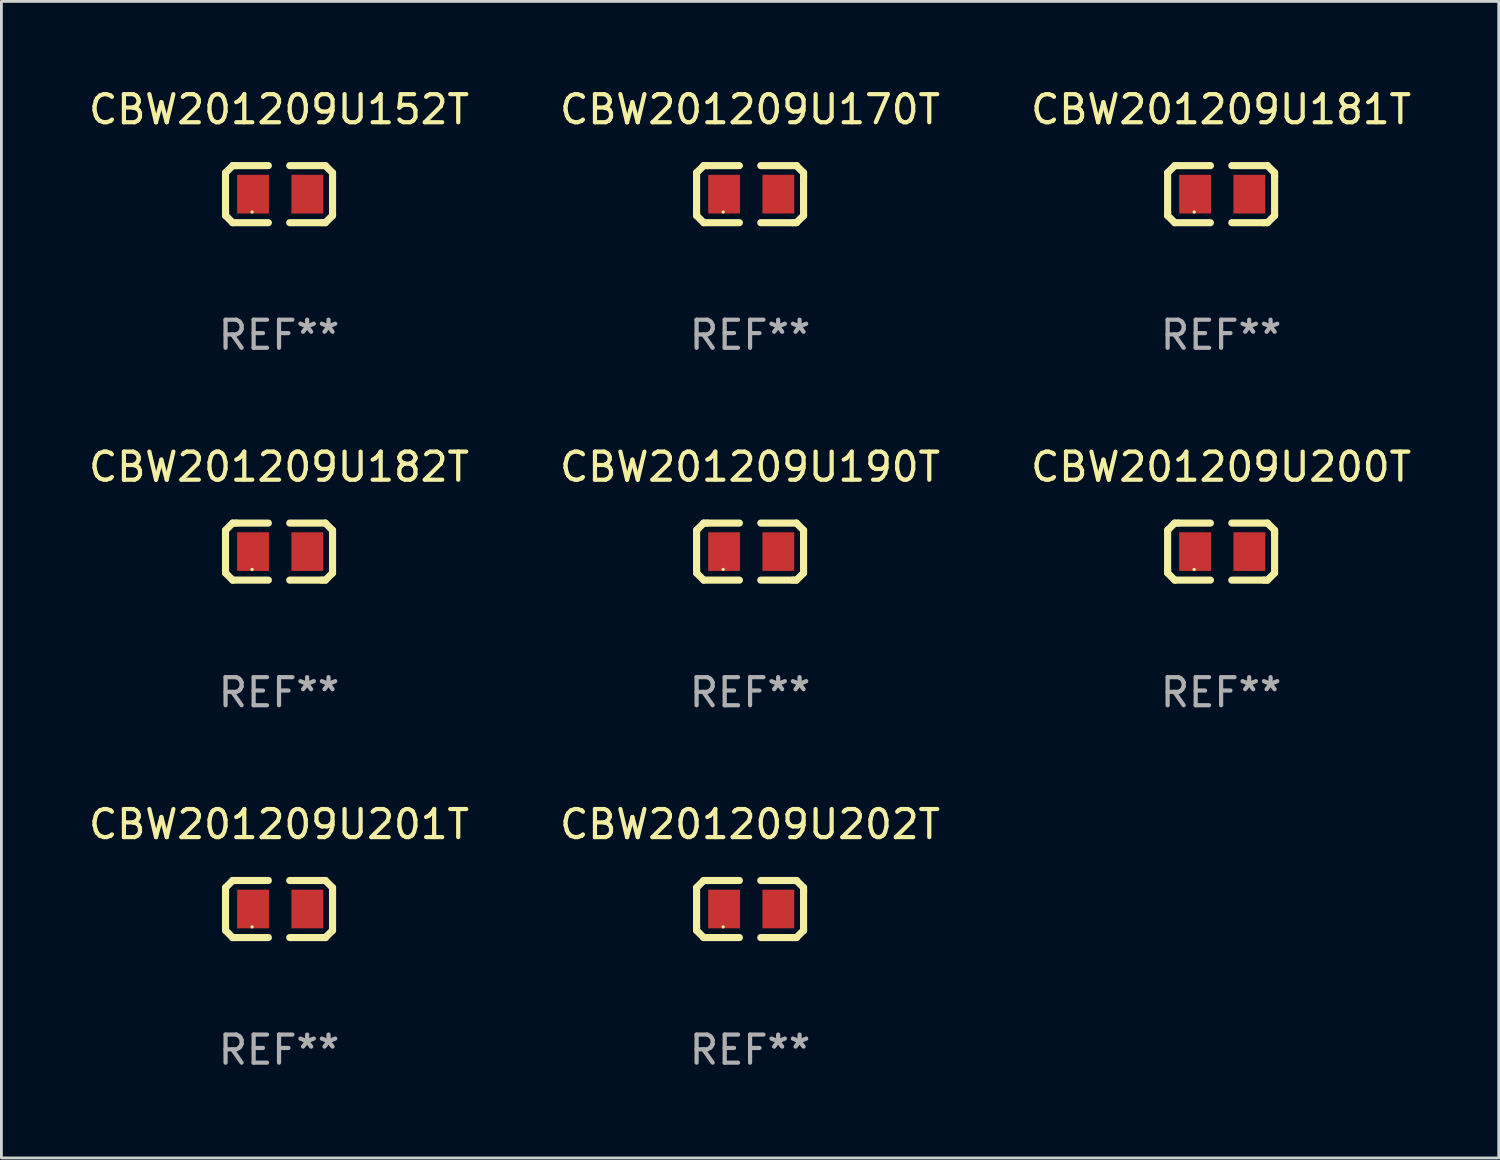
<source format=kicad_pcb>
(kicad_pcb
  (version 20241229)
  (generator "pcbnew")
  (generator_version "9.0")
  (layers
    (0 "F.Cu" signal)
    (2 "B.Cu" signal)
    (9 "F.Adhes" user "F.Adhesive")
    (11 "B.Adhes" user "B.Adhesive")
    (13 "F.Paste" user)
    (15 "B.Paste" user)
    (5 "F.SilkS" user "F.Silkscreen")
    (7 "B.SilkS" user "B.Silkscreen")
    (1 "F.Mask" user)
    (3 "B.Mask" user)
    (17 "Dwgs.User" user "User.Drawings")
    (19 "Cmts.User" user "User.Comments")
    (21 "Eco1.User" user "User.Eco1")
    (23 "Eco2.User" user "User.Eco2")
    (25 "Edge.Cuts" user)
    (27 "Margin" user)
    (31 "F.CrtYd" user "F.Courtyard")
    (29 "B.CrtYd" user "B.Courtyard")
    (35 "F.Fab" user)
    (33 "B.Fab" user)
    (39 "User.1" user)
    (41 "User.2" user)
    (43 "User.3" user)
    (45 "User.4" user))
  (footprint "CBW201209U181T"
    (layer "F.Cu")
    (at 40.435 3.864)
    (property "Reference" "CBW201209U181T" (at 0 -3.016 0) (layer "F.SilkS") (effects (font (size 1 1) (thickness 0.15))))
    (attr through_hole)
    (fp_line (start -1.905 -0.762) (end -1.905 0.635) (stroke (width 0.254) (type solid)) (layer "F.SilkS"))
    (fp_line (start -1.905 0.635) (end -1.905 0.762) (stroke (width 0.254) (type solid)) (layer "F.SilkS"))
    (fp_line (start -1.905 0.762) (end -1.651 1.016) (stroke (width 0.254) (type solid)) (layer "F.SilkS"))
    (fp_line (start -1.651 -1.016) (end -1.905 -0.762) (stroke (width 0.254) (type solid)) (layer "F.SilkS"))
    (fp_line (start -1.651 1.016) (end -0.381 1.016) (stroke (width 0.254) (type solid)) (layer "F.SilkS"))
    (fp_line (start -1.524 -1.016) (end -1.651 -1.016) (stroke (width 0.254) (type solid)) (layer "F.SilkS"))
    (fp_line (start -0.381 -1.016) (end -1.524 -1.016) (stroke (width 0.254) (type solid)) (layer "F.SilkS"))
    (fp_line (start 0.381 1.016) (end 1.524 1.016) (stroke (width 0.254) (type solid)) (layer "F.SilkS"))
    (fp_line (start 1.524 1.016) (end 1.651 1.016) (stroke (width 0.254) (type solid)) (layer "F.SilkS"))
    (fp_line (start 1.651 -1.016) (end 0.381 -1.016) (stroke (width 0.254) (type solid)) (layer "F.SilkS"))
    (fp_line (start 1.651 1.016) (end 1.905 0.762) (stroke (width 0.254) (type solid)) (layer "F.SilkS"))
    (fp_line (start 1.905 -0.762) (end 1.651 -1.016) (stroke (width 0.254) (type solid)) (layer "F.SilkS"))
    (fp_line (start 1.905 -0.635) (end 1.905 -0.762) (stroke (width 0.254) (type solid)) (layer "F.SilkS"))
    (fp_line (start 1.905 0.762) (end 1.905 -0.635) (stroke (width 0.254) (type solid)) (layer "F.SilkS"))
    (fp_circle (center -0.96 0.637) (end -0.93 0.637) (stroke (width 0.06) (type solid)) (fill no) (layer "F.SilkS"))
    (fp_text user "REF**" (at 0 5.016 0) (layer "F.Fab") (effects (font (size 1 1) (thickness 0.15))))
    (pad "1" smd rect (at -0.926 -0.000051) (size 1.133 1.377) (layers "F.Cu" "F.Mask" "F.Paste"))
    (pad "2" smd rect (at 1.006 -0.000051) (size 1.133 1.377) (layers "F.Cu" "F.Mask" "F.Paste")))
  (footprint "CBW201209U202T"
    (layer "F.Cu")
    (at 23.661 29.321)
    (property "Reference" "CBW201209U202T" (at 0 -3.016 0) (layer "F.SilkS") (effects (font (size 1 1) (thickness 0.15))))
    (attr through_hole)
    (fp_line (start -1.905 -0.762) (end -1.905 0.635) (stroke (width 0.254) (type solid)) (layer "F.SilkS"))
    (fp_line (start -1.905 0.635) (end -1.905 0.762) (stroke (width 0.254) (type solid)) (layer "F.SilkS"))
    (fp_line (start -1.905 0.762) (end -1.651 1.016) (stroke (width 0.254) (type solid)) (layer "F.SilkS"))
    (fp_line (start -1.651 -1.016) (end -1.905 -0.762) (stroke (width 0.254) (type solid)) (layer "F.SilkS"))
    (fp_line (start -1.651 1.016) (end -0.381 1.016) (stroke (width 0.254) (type solid)) (layer "F.SilkS"))
    (fp_line (start -1.524 -1.016) (end -1.651 -1.016) (stroke (width 0.254) (type solid)) (layer "F.SilkS"))
    (fp_line (start -0.381 -1.016) (end -1.524 -1.016) (stroke (width 0.254) (type solid)) (layer "F.SilkS"))
    (fp_line (start 0.381 1.016) (end 1.524 1.016) (stroke (width 0.254) (type solid)) (layer "F.SilkS"))
    (fp_line (start 1.524 1.016) (end 1.651 1.016) (stroke (width 0.254) (type solid)) (layer "F.SilkS"))
    (fp_line (start 1.651 -1.016) (end 0.381 -1.016) (stroke (width 0.254) (type solid)) (layer "F.SilkS"))
    (fp_line (start 1.651 1.016) (end 1.905 0.762) (stroke (width 0.254) (type solid)) (layer "F.SilkS"))
    (fp_line (start 1.905 -0.762) (end 1.651 -1.016) (stroke (width 0.254) (type solid)) (layer "F.SilkS"))
    (fp_line (start 1.905 -0.635) (end 1.905 -0.762) (stroke (width 0.254) (type solid)) (layer "F.SilkS"))
    (fp_line (start 1.905 0.762) (end 1.905 -0.635) (stroke (width 0.254) (type solid)) (layer "F.SilkS"))
    (fp_circle (center -0.96 0.637) (end -0.93 0.637) (stroke (width 0.06) (type solid)) (fill no) (layer "F.SilkS"))
    (fp_text user "REF**" (at 0 5.016 0) (layer "F.Fab") (effects (font (size 1 1) (thickness 0.15))))
    (pad "1" smd rect (at -0.926 -0.000051) (size 1.133 1.377) (layers "F.Cu" "F.Mask" "F.Paste"))
    (pad "2" smd rect (at 1.006 -0.000051) (size 1.133 1.377) (layers "F.Cu" "F.Mask" "F.Paste")))
  (footprint "CBW201209U201T"
    (layer "F.Cu")
    (at 6.887 29.321)
    (property "Reference" "CBW201209U201T" (at 0 -3.016 0) (layer "F.SilkS") (effects (font (size 1 1) (thickness 0.15))))
    (attr through_hole)
    (fp_line (start -1.905 -0.762) (end -1.905 0.635) (stroke (width 0.254) (type solid)) (layer "F.SilkS"))
    (fp_line (start -1.905 0.635) (end -1.905 0.762) (stroke (width 0.254) (type solid)) (layer "F.SilkS"))
    (fp_line (start -1.905 0.762) (end -1.651 1.016) (stroke (width 0.254) (type solid)) (layer "F.SilkS"))
    (fp_line (start -1.651 -1.016) (end -1.905 -0.762) (stroke (width 0.254) (type solid)) (layer "F.SilkS"))
    (fp_line (start -1.651 1.016) (end -0.381 1.016) (stroke (width 0.254) (type solid)) (layer "F.SilkS"))
    (fp_line (start -1.524 -1.016) (end -1.651 -1.016) (stroke (width 0.254) (type solid)) (layer "F.SilkS"))
    (fp_line (start -0.381 -1.016) (end -1.524 -1.016) (stroke (width 0.254) (type solid)) (layer "F.SilkS"))
    (fp_line (start 0.381 1.016) (end 1.524 1.016) (stroke (width 0.254) (type solid)) (layer "F.SilkS"))
    (fp_line (start 1.524 1.016) (end 1.651 1.016) (stroke (width 0.254) (type solid)) (layer "F.SilkS"))
    (fp_line (start 1.651 -1.016) (end 0.381 -1.016) (stroke (width 0.254) (type solid)) (layer "F.SilkS"))
    (fp_line (start 1.651 1.016) (end 1.905 0.762) (stroke (width 0.254) (type solid)) (layer "F.SilkS"))
    (fp_line (start 1.905 -0.762) (end 1.651 -1.016) (stroke (width 0.254) (type solid)) (layer "F.SilkS"))
    (fp_line (start 1.905 -0.635) (end 1.905 -0.762) (stroke (width 0.254) (type solid)) (layer "F.SilkS"))
    (fp_line (start 1.905 0.762) (end 1.905 -0.635) (stroke (width 0.254) (type solid)) (layer "F.SilkS"))
    (fp_circle (center -0.96 0.637) (end -0.93 0.637) (stroke (width 0.06) (type solid)) (fill no) (layer "F.SilkS"))
    (fp_text user "REF**" (at 0 5.016 0) (layer "F.Fab") (effects (font (size 1 1) (thickness 0.15))))
    (pad "1" smd rect (at -0.926 -0.000051) (size 1.133 1.377) (layers "F.Cu" "F.Mask" "F.Paste"))
    (pad "2" smd rect (at 1.006 -0.000051) (size 1.133 1.377) (layers "F.Cu" "F.Mask" "F.Paste")))
  (footprint "CBW201209U182T"
    (layer "F.Cu")
    (at 6.887 16.593)
    (property "Reference" "CBW201209U182T" (at 0 -3.016 0) (layer "F.SilkS") (effects (font (size 1 1) (thickness 0.15))))
    (attr through_hole)
    (fp_line (start -1.905 -0.762) (end -1.905 0.635) (stroke (width 0.254) (type solid)) (layer "F.SilkS"))
    (fp_line (start -1.905 0.635) (end -1.905 0.762) (stroke (width 0.254) (type solid)) (layer "F.SilkS"))
    (fp_line (start -1.905 0.762) (end -1.651 1.016) (stroke (width 0.254) (type solid)) (layer "F.SilkS"))
    (fp_line (start -1.651 -1.016) (end -1.905 -0.762) (stroke (width 0.254) (type solid)) (layer "F.SilkS"))
    (fp_line (start -1.651 1.016) (end -0.381 1.016) (stroke (width 0.254) (type solid)) (layer "F.SilkS"))
    (fp_line (start -1.524 -1.016) (end -1.651 -1.016) (stroke (width 0.254) (type solid)) (layer "F.SilkS"))
    (fp_line (start -0.381 -1.016) (end -1.524 -1.016) (stroke (width 0.254) (type solid)) (layer "F.SilkS"))
    (fp_line (start 0.381 1.016) (end 1.524 1.016) (stroke (width 0.254) (type solid)) (layer "F.SilkS"))
    (fp_line (start 1.524 1.016) (end 1.651 1.016) (stroke (width 0.254) (type solid)) (layer "F.SilkS"))
    (fp_line (start 1.651 -1.016) (end 0.381 -1.016) (stroke (width 0.254) (type solid)) (layer "F.SilkS"))
    (fp_line (start 1.651 1.016) (end 1.905 0.762) (stroke (width 0.254) (type solid)) (layer "F.SilkS"))
    (fp_line (start 1.905 -0.762) (end 1.651 -1.016) (stroke (width 0.254) (type solid)) (layer "F.SilkS"))
    (fp_line (start 1.905 -0.635) (end 1.905 -0.762) (stroke (width 0.254) (type solid)) (layer "F.SilkS"))
    (fp_line (start 1.905 0.762) (end 1.905 -0.635) (stroke (width 0.254) (type solid)) (layer "F.SilkS"))
    (fp_circle (center -0.96 0.637) (end -0.93 0.637) (stroke (width 0.06) (type solid)) (fill no) (layer "F.SilkS"))
    (fp_text user "REF**" (at 0 5.016 0) (layer "F.Fab") (effects (font (size 1 1) (thickness 0.15))))
    (pad "1" smd rect (at -0.926 -0.000051) (size 1.133 1.377) (layers "F.Cu" "F.Mask" "F.Paste"))
    (pad "2" smd rect (at 1.006 -0.000051) (size 1.133 1.377) (layers "F.Cu" "F.Mask" "F.Paste")))
  (footprint "CBW201209U200T"
    (layer "F.Cu")
    (at 40.435 16.593)
    (property "Reference" "CBW201209U200T" (at 0 -3.016 0) (layer "F.SilkS") (effects (font (size 1 1) (thickness 0.15))))
    (attr through_hole)
    (fp_line (start -1.905 -0.762) (end -1.905 0.635) (stroke (width 0.254) (type solid)) (layer "F.SilkS"))
    (fp_line (start -1.905 0.635) (end -1.905 0.762) (stroke (width 0.254) (type solid)) (layer "F.SilkS"))
    (fp_line (start -1.905 0.762) (end -1.651 1.016) (stroke (width 0.254) (type solid)) (layer "F.SilkS"))
    (fp_line (start -1.651 -1.016) (end -1.905 -0.762) (stroke (width 0.254) (type solid)) (layer "F.SilkS"))
    (fp_line (start -1.651 1.016) (end -0.381 1.016) (stroke (width 0.254) (type solid)) (layer "F.SilkS"))
    (fp_line (start -1.524 -1.016) (end -1.651 -1.016) (stroke (width 0.254) (type solid)) (layer "F.SilkS"))
    (fp_line (start -0.381 -1.016) (end -1.524 -1.016) (stroke (width 0.254) (type solid)) (layer "F.SilkS"))
    (fp_line (start 0.381 1.016) (end 1.524 1.016) (stroke (width 0.254) (type solid)) (layer "F.SilkS"))
    (fp_line (start 1.524 1.016) (end 1.651 1.016) (stroke (width 0.254) (type solid)) (layer "F.SilkS"))
    (fp_line (start 1.651 -1.016) (end 0.381 -1.016) (stroke (width 0.254) (type solid)) (layer "F.SilkS"))
    (fp_line (start 1.651 1.016) (end 1.905 0.762) (stroke (width 0.254) (type solid)) (layer "F.SilkS"))
    (fp_line (start 1.905 -0.762) (end 1.651 -1.016) (stroke (width 0.254) (type solid)) (layer "F.SilkS"))
    (fp_line (start 1.905 -0.635) (end 1.905 -0.762) (stroke (width 0.254) (type solid)) (layer "F.SilkS"))
    (fp_line (start 1.905 0.762) (end 1.905 -0.635) (stroke (width 0.254) (type solid)) (layer "F.SilkS"))
    (fp_circle (center -0.96 0.637) (end -0.93 0.637) (stroke (width 0.06) (type solid)) (fill no) (layer "F.SilkS"))
    (fp_text user "REF**" (at 0 5.016 0) (layer "F.Fab") (effects (font (size 1 1) (thickness 0.15))))
    (pad "1" smd rect (at -0.926 -0.000051) (size 1.133 1.377) (layers "F.Cu" "F.Mask" "F.Paste"))
    (pad "2" smd rect (at 1.006 -0.000051) (size 1.133 1.377) (layers "F.Cu" "F.Mask" "F.Paste")))
  (footprint "CBW201209U152T"
    (layer "F.Cu")
    (at 6.887 3.864)
    (property "Reference" "CBW201209U152T" (at 0 -3.016 0) (layer "F.SilkS") (effects (font (size 1 1) (thickness 0.15))))
    (attr through_hole)
    (fp_line (start -1.905 -0.762) (end -1.905 0.635) (stroke (width 0.254) (type solid)) (layer "F.SilkS"))
    (fp_line (start -1.905 0.635) (end -1.905 0.762) (stroke (width 0.254) (type solid)) (layer "F.SilkS"))
    (fp_line (start -1.905 0.762) (end -1.651 1.016) (stroke (width 0.254) (type solid)) (layer "F.SilkS"))
    (fp_line (start -1.651 -1.016) (end -1.905 -0.762) (stroke (width 0.254) (type solid)) (layer "F.SilkS"))
    (fp_line (start -1.651 1.016) (end -0.381 1.016) (stroke (width 0.254) (type solid)) (layer "F.SilkS"))
    (fp_line (start -1.524 -1.016) (end -1.651 -1.016) (stroke (width 0.254) (type solid)) (layer "F.SilkS"))
    (fp_line (start -0.381 -1.016) (end -1.524 -1.016) (stroke (width 0.254) (type solid)) (layer "F.SilkS"))
    (fp_line (start 0.381 1.016) (end 1.524 1.016) (stroke (width 0.254) (type solid)) (layer "F.SilkS"))
    (fp_line (start 1.524 1.016) (end 1.651 1.016) (stroke (width 0.254) (type solid)) (layer "F.SilkS"))
    (fp_line (start 1.651 -1.016) (end 0.381 -1.016) (stroke (width 0.254) (type solid)) (layer "F.SilkS"))
    (fp_line (start 1.651 1.016) (end 1.905 0.762) (stroke (width 0.254) (type solid)) (layer "F.SilkS"))
    (fp_line (start 1.905 -0.762) (end 1.651 -1.016) (stroke (width 0.254) (type solid)) (layer "F.SilkS"))
    (fp_line (start 1.905 -0.635) (end 1.905 -0.762) (stroke (width 0.254) (type solid)) (layer "F.SilkS"))
    (fp_line (start 1.905 0.762) (end 1.905 -0.635) (stroke (width 0.254) (type solid)) (layer "F.SilkS"))
    (fp_circle (center -0.96 0.637) (end -0.93 0.637) (stroke (width 0.06) (type solid)) (fill no) (layer "F.SilkS"))
    (fp_text user "REF**" (at 0 5.016 0) (layer "F.Fab") (effects (font (size 1 1) (thickness 0.15))))
    (pad "1" smd rect (at -0.926 -0.000051) (size 1.133 1.377) (layers "F.Cu" "F.Mask" "F.Paste"))
    (pad "2" smd rect (at 1.006 -0.000051) (size 1.133 1.377) (layers "F.Cu" "F.Mask" "F.Paste")))
  (footprint "CBW201209U190T"
    (layer "F.Cu")
    (at 23.661 16.593)
    (property "Reference" "CBW201209U190T" (at 0 -3.016 0) (layer "F.SilkS") (effects (font (size 1 1) (thickness 0.15))))
    (attr through_hole)
    (fp_line (start -1.905 -0.762) (end -1.905 0.635) (stroke (width 0.254) (type solid)) (layer "F.SilkS"))
    (fp_line (start -1.905 0.635) (end -1.905 0.762) (stroke (width 0.254) (type solid)) (layer "F.SilkS"))
    (fp_line (start -1.905 0.762) (end -1.651 1.016) (stroke (width 0.254) (type solid)) (layer "F.SilkS"))
    (fp_line (start -1.651 -1.016) (end -1.905 -0.762) (stroke (width 0.254) (type solid)) (layer "F.SilkS"))
    (fp_line (start -1.651 1.016) (end -0.381 1.016) (stroke (width 0.254) (type solid)) (layer "F.SilkS"))
    (fp_line (start -1.524 -1.016) (end -1.651 -1.016) (stroke (width 0.254) (type solid)) (layer "F.SilkS"))
    (fp_line (start -0.381 -1.016) (end -1.524 -1.016) (stroke (width 0.254) (type solid)) (layer "F.SilkS"))
    (fp_line (start 0.381 1.016) (end 1.524 1.016) (stroke (width 0.254) (type solid)) (layer "F.SilkS"))
    (fp_line (start 1.524 1.016) (end 1.651 1.016) (stroke (width 0.254) (type solid)) (layer "F.SilkS"))
    (fp_line (start 1.651 -1.016) (end 0.381 -1.016) (stroke (width 0.254) (type solid)) (layer "F.SilkS"))
    (fp_line (start 1.651 1.016) (end 1.905 0.762) (stroke (width 0.254) (type solid)) (layer "F.SilkS"))
    (fp_line (start 1.905 -0.762) (end 1.651 -1.016) (stroke (width 0.254) (type solid)) (layer "F.SilkS"))
    (fp_line (start 1.905 -0.635) (end 1.905 -0.762) (stroke (width 0.254) (type solid)) (layer "F.SilkS"))
    (fp_line (start 1.905 0.762) (end 1.905 -0.635) (stroke (width 0.254) (type solid)) (layer "F.SilkS"))
    (fp_circle (center -0.96 0.637) (end -0.93 0.637) (stroke (width 0.06) (type solid)) (fill no) (layer "F.SilkS"))
    (fp_text user "REF**" (at 0 5.016 0) (layer "F.Fab") (effects (font (size 1 1) (thickness 0.15))))
    (pad "1" smd rect (at -0.926 -0.000051) (size 1.133 1.377) (layers "F.Cu" "F.Mask" "F.Paste"))
    (pad "2" smd rect (at 1.006 -0.000051) (size 1.133 1.377) (layers "F.Cu" "F.Mask" "F.Paste")))
  (footprint "CBW201209U170T"
    (layer "F.Cu")
    (at 23.661 3.864)
    (property "Reference" "CBW201209U170T" (at 0 -3.016 0) (layer "F.SilkS") (effects (font (size 1 1) (thickness 0.15))))
    (attr through_hole)
    (fp_line (start -1.905 -0.762) (end -1.905 0.635) (stroke (width 0.254) (type solid)) (layer "F.SilkS"))
    (fp_line (start -1.905 0.635) (end -1.905 0.762) (stroke (width 0.254) (type solid)) (layer "F.SilkS"))
    (fp_line (start -1.905 0.762) (end -1.651 1.016) (stroke (width 0.254) (type solid)) (layer "F.SilkS"))
    (fp_line (start -1.651 -1.016) (end -1.905 -0.762) (stroke (width 0.254) (type solid)) (layer "F.SilkS"))
    (fp_line (start -1.651 1.016) (end -0.381 1.016) (stroke (width 0.254) (type solid)) (layer "F.SilkS"))
    (fp_line (start -1.524 -1.016) (end -1.651 -1.016) (stroke (width 0.254) (type solid)) (layer "F.SilkS"))
    (fp_line (start -0.381 -1.016) (end -1.524 -1.016) (stroke (width 0.254) (type solid)) (layer "F.SilkS"))
    (fp_line (start 0.381 1.016) (end 1.524 1.016) (stroke (width 0.254) (type solid)) (layer "F.SilkS"))
    (fp_line (start 1.524 1.016) (end 1.651 1.016) (stroke (width 0.254) (type solid)) (layer "F.SilkS"))
    (fp_line (start 1.651 -1.016) (end 0.381 -1.016) (stroke (width 0.254) (type solid)) (layer "F.SilkS"))
    (fp_line (start 1.651 1.016) (end 1.905 0.762) (stroke (width 0.254) (type solid)) (layer "F.SilkS"))
    (fp_line (start 1.905 -0.762) (end 1.651 -1.016) (stroke (width 0.254) (type solid)) (layer "F.SilkS"))
    (fp_line (start 1.905 -0.635) (end 1.905 -0.762) (stroke (width 0.254) (type solid)) (layer "F.SilkS"))
    (fp_line (start 1.905 0.762) (end 1.905 -0.635) (stroke (width 0.254) (type solid)) (layer "F.SilkS"))
    (fp_circle (center -0.96 0.637) (end -0.93 0.637) (stroke (width 0.06) (type solid)) (fill no) (layer "F.SilkS"))
    (fp_text user "REF**" (at 0 5.016 0) (layer "F.Fab") (effects (font (size 1 1) (thickness 0.15))))
    (pad "1" smd rect (at -0.926 -0.000051) (size 1.133 1.377) (layers "F.Cu" "F.Mask" "F.Paste"))
    (pad "2" smd rect (at 1.006 -0.000051) (size 1.133 1.377) (layers "F.Cu" "F.Mask" "F.Paste")))
  (gr_rect
    (start -3 -3)
    (end 50.321 38.186)
    (stroke (width 0.1) (type default))
    (fill no)
    (layer "Edge.Cuts")))
</source>
